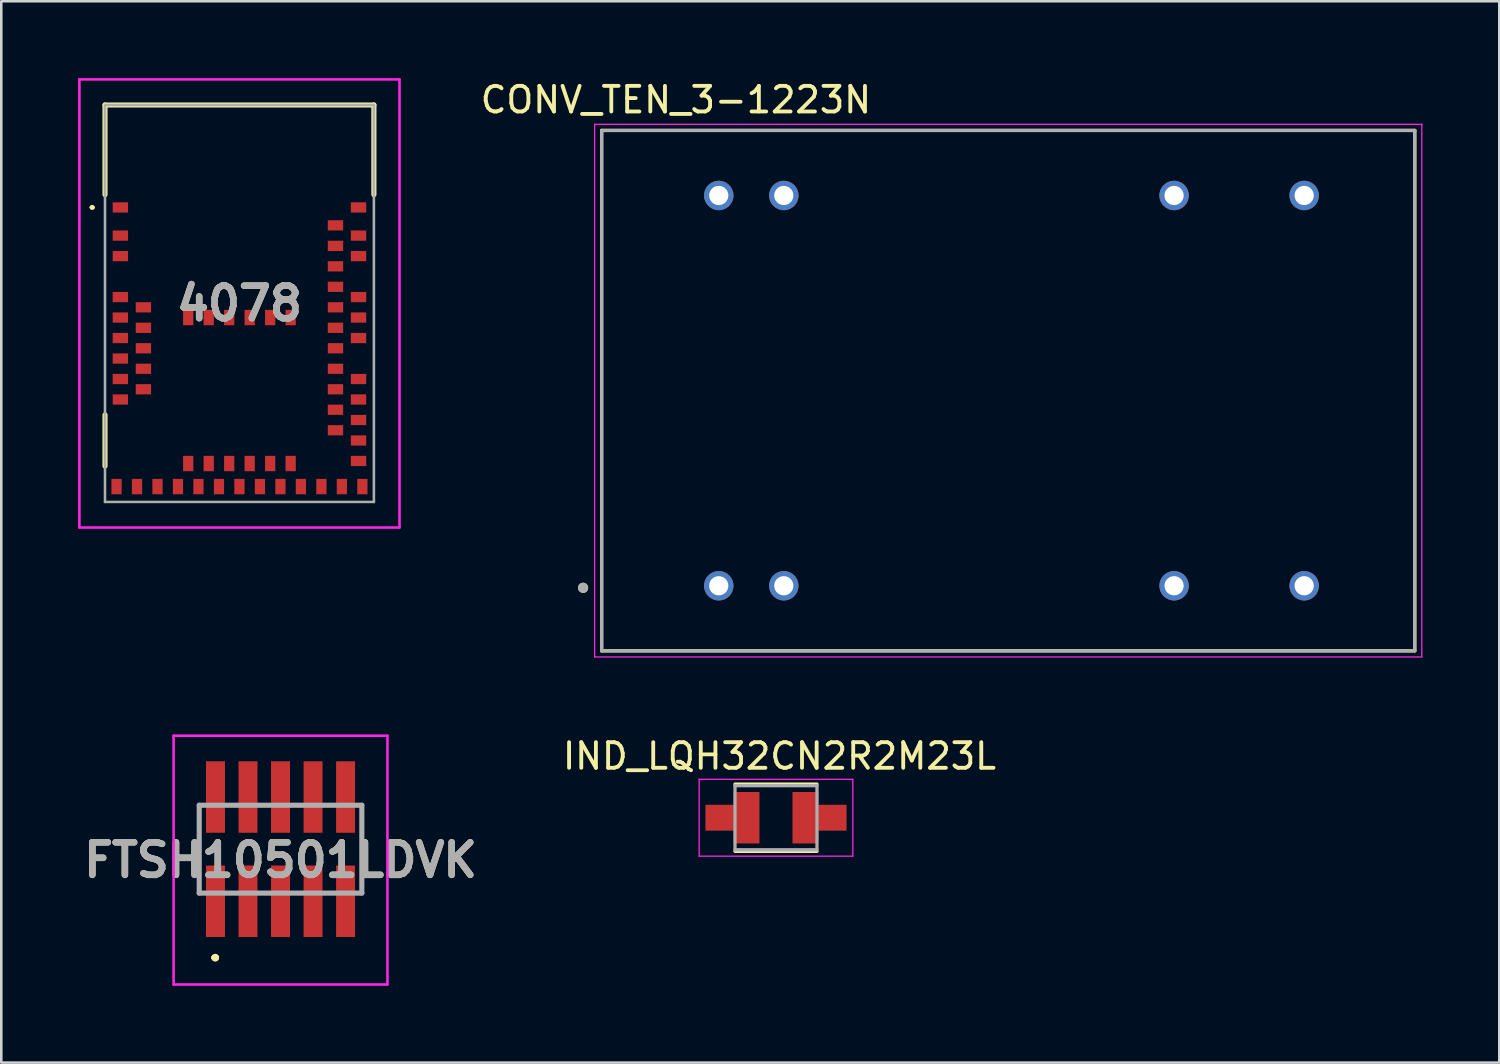
<source format=kicad_pcb>
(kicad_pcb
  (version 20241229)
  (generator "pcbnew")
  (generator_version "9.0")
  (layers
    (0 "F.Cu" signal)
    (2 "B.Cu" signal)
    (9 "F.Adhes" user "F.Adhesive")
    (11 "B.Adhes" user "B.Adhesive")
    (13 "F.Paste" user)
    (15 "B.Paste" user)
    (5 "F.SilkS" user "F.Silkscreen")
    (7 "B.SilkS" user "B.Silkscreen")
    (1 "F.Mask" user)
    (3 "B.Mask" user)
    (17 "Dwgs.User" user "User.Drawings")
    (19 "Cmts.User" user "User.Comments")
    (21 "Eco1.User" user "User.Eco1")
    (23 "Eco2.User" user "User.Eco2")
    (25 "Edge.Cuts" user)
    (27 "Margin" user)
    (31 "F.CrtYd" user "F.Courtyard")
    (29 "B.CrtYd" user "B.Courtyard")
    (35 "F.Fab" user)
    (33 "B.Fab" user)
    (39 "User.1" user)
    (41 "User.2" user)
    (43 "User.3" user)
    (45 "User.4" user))
  (footprint "4078"
    (layer "F.Cu")
    (at 6.3 8.8)
    (property "Reference" "4078" (at 0 0 0) (layer "F.SilkS") (effects (font (size 1.27 1.27) (thickness 0.254))))
    (attr smd)
    (fp_line (start -5.8 -3.75) (end -5.8 -3.75) (stroke (width 0.1) (type solid)) (layer "F.SilkS"))
    (fp_line (start -5.7 -3.75) (end -5.7 -3.75) (stroke (width 0.1) (type solid)) (layer "F.SilkS"))
    (fp_line (start -5.25 -7.75) (end 5.25 -7.75) (stroke (width 0.2) (type solid)) (layer "F.SilkS"))
    (fp_line (start -5.25 -4.25) (end -5.25 -7.75) (stroke (width 0.2) (type solid)) (layer "F.SilkS"))
    (fp_line (start -5.25 4.35) (end -5.25 6.35) (stroke (width 0.2) (type solid)) (layer "F.SilkS"))
    (fp_line (start 5.25 -7.75) (end 5.25 -4.25) (stroke (width 0.2) (type solid)) (layer "F.SilkS"))
    (fp_arc (start -5.8 -3.75) (mid -5.75 -3.8) (end -5.7 -3.75) (stroke (width 0.1) (type solid)) (layer "F.SilkS"))
    (fp_arc (start -5.7 -3.75) (mid -5.75 -3.7) (end -5.8 -3.75) (stroke (width 0.1) (type solid)) (layer "F.SilkS"))
    (fp_line (start -6.25 -8.75) (end 6.25 -8.75) (stroke (width 0.1) (type solid)) (layer "F.CrtYd"))
    (fp_line (start -6.25 8.75) (end -6.25 -8.75) (stroke (width 0.1) (type solid)) (layer "F.CrtYd"))
    (fp_line (start 6.25 -8.75) (end 6.25 8.75) (stroke (width 0.1) (type solid)) (layer "F.CrtYd"))
    (fp_line (start 6.25 8.75) (end -6.25 8.75) (stroke (width 0.1) (type solid)) (layer "F.CrtYd"))
    (fp_line (start -5.25 -7.75) (end -5.25 7.75) (stroke (width 0.1) (type solid)) (layer "F.Fab"))
    (fp_line (start -5.25 7.75) (end 5.25 7.75) (stroke (width 0.1) (type solid)) (layer "F.Fab"))
    (fp_line (start 5.25 -7.75) (end -5.25 -7.75) (stroke (width 0.1) (type solid)) (layer "F.Fab"))
    (fp_line (start 5.25 7.75) (end 5.25 -7.75) (stroke (width 0.1) (type solid)) (layer "F.Fab"))
    (fp_text user "${REFERENCE}" (at 0 0 0) (layer "F.Fab") (effects (font (size 1.27 1.27) (thickness 0.254))))
    (pad "1" smd rect (at -4.65 -3.75 90) (size 0.4 0.6) (layers "F.Cu" "F.Mask" "F.Paste"))
    (pad "2" smd rect (at -4.65 -2.65 90) (size 0.4 0.6) (layers "F.Cu" "F.Mask" "F.Paste"))
    (pad "3" smd rect (at -4.65 -1.85 90) (size 0.4 0.6) (layers "F.Cu" "F.Mask" "F.Paste"))
    (pad "4" smd rect (at -4.65 -0.25 90) (size 0.4 0.6) (layers "F.Cu" "F.Mask" "F.Paste"))
    (pad "5" smd rect (at -3.75 0.15 90) (size 0.4 0.6) (layers "F.Cu" "F.Mask" "F.Paste"))
    (pad "6" smd rect (at -4.65 0.55 90) (size 0.4 0.6) (layers "F.Cu" "F.Mask" "F.Paste"))
    (pad "7" smd rect (at -3.75 0.95 90) (size 0.4 0.6) (layers "F.Cu" "F.Mask" "F.Paste"))
    (pad "8" smd rect (at -4.65 1.35 90) (size 0.4 0.6) (layers "F.Cu" "F.Mask" "F.Paste"))
    (pad "9" smd rect (at -3.75 1.75 90) (size 0.4 0.6) (layers "F.Cu" "F.Mask" "F.Paste"))
    (pad "10" smd rect (at -4.65 2.15 90) (size 0.4 0.6) (layers "F.Cu" "F.Mask" "F.Paste"))
    (pad "11" smd rect (at -3.75 2.55 90) (size 0.4 0.6) (layers "F.Cu" "F.Mask" "F.Paste"))
    (pad "12" smd rect (at -4.65 2.95 90) (size 0.4 0.6) (layers "F.Cu" "F.Mask" "F.Paste"))
    (pad "13" smd rect (at -3.75 3.35 90) (size 0.4 0.6) (layers "F.Cu" "F.Mask" "F.Paste"))
    (pad "14" smd rect (at -4.65 3.75 90) (size 0.4 0.6) (layers "F.Cu" "F.Mask" "F.Paste"))
    (pad "15" smd rect (at -4.8 7.15) (size 0.4 0.6) (layers "F.Cu" "F.Mask" "F.Paste"))
    (pad "16" smd rect (at -4 7.15) (size 0.4 0.6) (layers "F.Cu" "F.Mask" "F.Paste"))
    (pad "17" smd rect (at -3.2 7.15) (size 0.4 0.6) (layers "F.Cu" "F.Mask" "F.Paste"))
    (pad "18" smd rect (at -2.4 7.15) (size 0.4 0.6) (layers "F.Cu" "F.Mask" "F.Paste"))
    (pad "19" smd rect (at -2 6.25) (size 0.4 0.6) (layers "F.Cu" "F.Mask" "F.Paste"))
    (pad "20" smd rect (at -1.6 7.15) (size 0.4 0.6) (layers "F.Cu" "F.Mask" "F.Paste"))
    (pad "21" smd rect (at -1.2 6.25) (size 0.4 0.6) (layers "F.Cu" "F.Mask" "F.Paste"))
    (pad "22" smd rect (at -0.8 7.15) (size 0.4 0.6) (layers "F.Cu" "F.Mask" "F.Paste"))
    (pad "23" smd rect (at -0.4 6.25) (size 0.4 0.6) (layers "F.Cu" "F.Mask" "F.Paste"))
    (pad "24" smd rect (at 0 7.15) (size 0.4 0.6) (layers "F.Cu" "F.Mask" "F.Paste"))
    (pad "25" smd rect (at 0.4 6.25) (size 0.4 0.6) (layers "F.Cu" "F.Mask" "F.Paste"))
    (pad "26" smd rect (at 0.8 7.15) (size 0.4 0.6) (layers "F.Cu" "F.Mask" "F.Paste"))
    (pad "27" smd rect (at 1.2 6.25) (size 0.4 0.6) (layers "F.Cu" "F.Mask" "F.Paste"))
    (pad "28" smd rect (at 1.6 7.15) (size 0.4 0.6) (layers "F.Cu" "F.Mask" "F.Paste"))
    (pad "29" smd rect (at 2 6.25) (size 0.4 0.6) (layers "F.Cu" "F.Mask" "F.Paste"))
    (pad "30" smd rect (at 2.4 7.15) (size 0.4 0.6) (layers "F.Cu" "F.Mask" "F.Paste"))
    (pad "31" smd rect (at 3.2 7.15) (size 0.4 0.6) (layers "F.Cu" "F.Mask" "F.Paste"))
    (pad "32" smd rect (at 4 7.15) (size 0.4 0.6) (layers "F.Cu" "F.Mask" "F.Paste"))
    (pad "33" smd rect (at 4.8 7.15) (size 0.4 0.6) (layers "F.Cu" "F.Mask" "F.Paste"))
    (pad "34" smd rect (at 4.65 6.15 90) (size 0.4 0.6) (layers "F.Cu" "F.Mask" "F.Paste"))
    (pad "35" smd rect (at 4.65 5.35 90) (size 0.4 0.6) (layers "F.Cu" "F.Mask" "F.Paste"))
    (pad "36" smd rect (at 3.75 4.95 90) (size 0.4 0.6) (layers "F.Cu" "F.Mask" "F.Paste"))
    (pad "37" smd rect (at 4.65 4.55 90) (size 0.4 0.6) (layers "F.Cu" "F.Mask" "F.Paste"))
    (pad "38" smd rect (at 3.75 4.15 90) (size 0.4 0.6) (layers "F.Cu" "F.Mask" "F.Paste"))
    (pad "39" smd rect (at 4.65 3.75 90) (size 0.4 0.6) (layers "F.Cu" "F.Mask" "F.Paste"))
    (pad "40" smd rect (at 3.75 3.35 90) (size 0.4 0.6) (layers "F.Cu" "F.Mask" "F.Paste"))
    (pad "41" smd rect (at 4.65 2.95 90) (size 0.4 0.6) (layers "F.Cu" "F.Mask" "F.Paste"))
    (pad "42" smd rect (at 3.75 2.55 90) (size 0.4 0.6) (layers "F.Cu" "F.Mask" "F.Paste"))
    (pad "43" smd rect (at 3.75 1.75 90) (size 0.4 0.6) (layers "F.Cu" "F.Mask" "F.Paste"))
    (pad "44" smd rect (at 4.65 1.35 90) (size 0.4 0.6) (layers "F.Cu" "F.Mask" "F.Paste"))
    (pad "45" smd rect (at 3.75 0.95 90) (size 0.4 0.6) (layers "F.Cu" "F.Mask" "F.Paste"))
    (pad "46" smd rect (at 4.65 0.55 90) (size 0.4 0.6) (layers "F.Cu" "F.Mask" "F.Paste"))
    (pad "47" smd rect (at 3.75 0.15 90) (size 0.4 0.6) (layers "F.Cu" "F.Mask" "F.Paste"))
    (pad "48" smd rect (at 4.65 -0.25 90) (size 0.4 0.6) (layers "F.Cu" "F.Mask" "F.Paste"))
    (pad "49" smd rect (at 3.75 -0.65 90) (size 0.4 0.6) (layers "F.Cu" "F.Mask" "F.Paste"))
    (pad "50" smd rect (at 3.75 -1.45 90) (size 0.4 0.6) (layers "F.Cu" "F.Mask" "F.Paste"))
    (pad "51" smd rect (at 4.65 -1.85 90) (size 0.4 0.6) (layers "F.Cu" "F.Mask" "F.Paste"))
    (pad "52" smd rect (at 3.75 -2.25 90) (size 0.4 0.6) (layers "F.Cu" "F.Mask" "F.Paste"))
    (pad "53" smd rect (at 4.65 -2.65 90) (size 0.4 0.6) (layers "F.Cu" "F.Mask" "F.Paste"))
    (pad "54" smd rect (at 3.75 -3.05 90) (size 0.4 0.6) (layers "F.Cu" "F.Mask" "F.Paste"))
    (pad "55" smd rect (at 4.65 -3.75 90) (size 0.4 0.6) (layers "F.Cu" "F.Mask" "F.Paste"))
    (pad "56" smd rect (at -2 0.55) (size 0.4 0.6) (layers "F.Cu" "F.Mask" "F.Paste"))
    (pad "57" smd rect (at -1.2 0.55) (size 0.4 0.6) (layers "F.Cu" "F.Mask" "F.Paste"))
    (pad "58" smd rect (at -0.4 0.55) (size 0.4 0.6) (layers "F.Cu" "F.Mask" "F.Paste"))
    (pad "59" smd rect (at 0.4 0.55) (size 0.4 0.6) (layers "F.Cu" "F.Mask" "F.Paste"))
    (pad "60" smd rect (at 1.2 0.55) (size 0.4 0.6) (layers "F.Cu" "F.Mask" "F.Paste"))
    (pad "61" smd rect (at 2 0.55) (size 0.4 0.6) (layers "F.Cu" "F.Mask" "F.Paste")))
  (footprint "FTSH10501LDVK"
    (layer "F.Cu")
    (at 7.904 32.143)
    (property "Reference" "FTSH10501LDVK" (at 0 -1.607 0) (layer "F.SilkS") (effects (font (size 1.27 1.27) (thickness 0.254))))
    (attr smd)
    (fp_line (start -2.6 2.2) (end -2.6 2.2) (stroke (width 0.2) (type solid)) (layer "F.SilkS"))
    (fp_line (start -2.6 2.2) (end -2.6 2.2) (stroke (width 0.2) (type solid)) (layer "F.SilkS"))
    (fp_line (start -2.5 2.2) (end -2.5 2.2) (stroke (width 0.2) (type solid)) (layer "F.SilkS"))
    (fp_arc (start -2.6 2.2) (mid -2.55 2.15) (end -2.5 2.2) (stroke (width 0.2) (type solid)) (layer "F.SilkS"))
    (fp_arc (start -2.5 2.2) (mid -2.55 2.25) (end -2.6 2.2) (stroke (width 0.2) (type solid)) (layer "F.SilkS"))
    (fp_arc (start -2.5 2.2) (mid -2.55 2.25) (end -2.6 2.2) (stroke (width 0.2) (type solid)) (layer "F.SilkS"))
    (fp_line (start -4.175 -6.465) (end 4.175 -6.465) (stroke (width 0.1) (type solid)) (layer "F.CrtYd"))
    (fp_line (start -4.175 3.25) (end -4.175 -6.465) (stroke (width 0.1) (type solid)) (layer "F.CrtYd"))
    (fp_line (start 4.175 -6.465) (end 4.175 3.25) (stroke (width 0.1) (type solid)) (layer "F.CrtYd"))
    (fp_line (start 4.175 3.25) (end -4.175 3.25) (stroke (width 0.1) (type solid)) (layer "F.CrtYd"))
    (fp_line (start -3.175 -3.75) (end -3.175 -0.32) (stroke (width 0.2) (type solid)) (layer "F.Fab"))
    (fp_line (start -3.175 -0.32) (end 3.175 -0.32) (stroke (width 0.2) (type solid)) (layer "F.Fab"))
    (fp_line (start 3.175 -3.75) (end -3.175 -3.75) (stroke (width 0.2) (type solid)) (layer "F.Fab"))
    (fp_line (start 3.175 -0.32) (end 3.175 -3.75) (stroke (width 0.2) (type solid)) (layer "F.Fab"))
    (fp_text user "${REFERENCE}" (at 0 -1.607 0) (layer "F.Fab") (effects (font (size 1.27 1.27) (thickness 0.254))))
    (pad "1" smd rect (at -2.54 0) (size 0.74 2.79) (layers "F.Cu" "F.Mask" "F.Paste"))
    (pad "2" smd rect (at -2.54 -4.07) (size 0.74 2.79) (layers "F.Cu" "F.Mask" "F.Paste"))
    (pad "3" smd rect (at -1.27 0) (size 0.74 2.79) (layers "F.Cu" "F.Mask" "F.Paste"))
    (pad "4" smd rect (at -1.27 -4.07) (size 0.74 2.79) (layers "F.Cu" "F.Mask" "F.Paste"))
    (pad "5" smd rect (at 0 0) (size 0.74 2.79) (layers "F.Cu" "F.Mask" "F.Paste"))
    (pad "6" smd rect (at 0 -4.07) (size 0.74 2.79) (layers "F.Cu" "F.Mask" "F.Paste"))
    (pad "7" smd rect (at 1.27 0) (size 0.74 2.79) (layers "F.Cu" "F.Mask" "F.Paste"))
    (pad "8" smd rect (at 1.27 -4.07) (size 0.74 2.79) (layers "F.Cu" "F.Mask" "F.Paste"))
    (pad "9" smd rect (at 2.54 0) (size 0.74 2.79) (layers "F.Cu" "F.Mask" "F.Paste"))
    (pad "10" smd rect (at 2.54 -4.07) (size 0.74 2.79) (layers "F.Cu" "F.Mask" "F.Paste")))
  (footprint "IND_LQH32CN2R2M23L"
    (layer "F.Cu")
    (at 27.251 28.881)
    (property "Reference" "IND_LQH32CN2R2M23L" (at 0.135 -2.405 0) (layer "F.SilkS") (effects (font (size 1 1) (thickness 0.15))))
    (attr smd)
    (fp_poly (pts (xy -2.85 -0.6) (xy -1.75 -0.6) (xy -1.75 -1.1) (xy -0.55 -1.1) (xy -0.55 1.1) (xy -1.75 1.1) (xy -1.75 0.6) (xy -2.85 0.6)) (stroke (width 0.01) (type solid)) (fill yes) (layer "F.Mask"))
    (fp_poly (pts (xy 0.55 -1.1) (xy 1.75 -1.1) (xy 1.75 -0.6) (xy 2.85 -0.6) (xy 2.85 0.6) (xy 1.75 0.6) (xy 1.75 1.1) (xy 0.55 1.1)) (stroke (width 0.01) (type solid)) (fill yes) (layer "F.Mask"))
    (fp_line (start -1.6 -1.313) (end 1.6 -1.313) (stroke (width 0.127) (type solid)) (layer "F.SilkS"))
    (fp_line (start 1.6 1.313) (end -1.6 1.313) (stroke (width 0.127) (type solid)) (layer "F.SilkS"))
    (fp_poly (pts (xy -1.65 -1) (xy -0.65 -1) (xy -0.65 1) (xy -1.65 1) (xy -1.65 0.5) (xy -2.75 0.5) (xy -2.75 -0.5) (xy -1.65 -0.5)) (stroke (width 0.01) (type solid)) (fill yes) (layer "F.Paste"))
    (fp_poly (pts (xy 1.65 1) (xy 0.65 1) (xy 0.65 -1) (xy 1.65 -1) (xy 1.65 -0.5) (xy 2.75 -0.5) (xy 2.75 0.5) (xy 1.65 0.5)) (stroke (width 0.01) (type solid)) (fill yes) (layer "F.Paste"))
    (fp_line (start -3 -1.5) (end 3 -1.5) (stroke (width 0.05) (type solid)) (layer "F.CrtYd"))
    (fp_line (start -3 1.5) (end -3 -1.5) (stroke (width 0.05) (type solid)) (layer "F.CrtYd"))
    (fp_line (start 3 -1.5) (end 3 1.5) (stroke (width 0.05) (type solid)) (layer "F.CrtYd"))
    (fp_line (start 3 1.5) (end -3 1.5) (stroke (width 0.05) (type solid)) (layer "F.CrtYd"))
    (fp_line (start -1.6 -1.25) (end 1.6 -1.25) (stroke (width 0.127) (type solid)) (layer "F.Fab"))
    (fp_line (start -1.6 1.25) (end -1.6 -1.25) (stroke (width 0.127) (type solid)) (layer "F.Fab"))
    (fp_line (start 1.6 -1.25) (end 1.6 1.25) (stroke (width 0.127) (type solid)) (layer "F.Fab"))
    (fp_line (start 1.6 1.25) (end -1.6 1.25) (stroke (width 0.127) (type solid)) (layer "F.Fab"))
    (pad "1" smd custom (at -1.15 0) (size 1 2) (layers "F.Cu") (options (anchor rect)) (primitives (gr_poly (pts (xy -0.5 -1) (xy 0.5 -1) (xy 0.5 1) (xy -0.5 1) (xy -0.5 0.5) (xy -1.6 0.5) (xy -1.6 -0.5) (xy -0.5 -0.5)) (width 0.01) (fill yes))))
    (pad "2" smd custom (at 1.15 0) (size 1 2) (layers "F.Cu") (options (anchor rect)) (primitives (gr_poly (pts (xy 0.5 1) (xy -0.5 1) (xy -0.5 -1) (xy 0.5 -1) (xy 0.5 -0.5) (xy 1.6 -0.5) (xy 1.6 0.5) (xy 0.5 0.5)) (width 0.01) (fill yes)))))
  (footprint "CONV_TEN_3-1223N"
    (layer "F.Cu")
    (at 36.319 12.203)
    (property "Reference" "CONV_TEN_3-1223N" (at -12.975 -11.355 0) (layer "F.SilkS") (effects (font (size 1 1) (thickness 0.15))))
    (attr through_hole)
    (fp_line (start -15.875 -10.16) (end 15.875 -10.16) (stroke (width 0.127) (type solid)) (layer "F.SilkS"))
    (fp_line (start -15.875 10.16) (end -15.875 -10.16) (stroke (width 0.127) (type solid)) (layer "F.SilkS"))
    (fp_line (start 15.875 -10.16) (end 15.875 10.16) (stroke (width 0.127) (type solid)) (layer "F.SilkS"))
    (fp_line (start 15.875 10.16) (end -15.875 10.16) (stroke (width 0.127) (type solid)) (layer "F.SilkS"))
    (fp_circle (center -16.6 7.7) (end -16.5 7.7) (stroke (width 0.2) (type solid)) (fill no) (layer "F.SilkS"))
    (fp_line (start -16.15 -10.4) (end -16.15 10.4) (stroke (width 0.05) (type solid)) (layer "F.CrtYd"))
    (fp_line (start -16.15 10.4) (end 16.15 10.4) (stroke (width 0.05) (type solid)) (layer "F.CrtYd"))
    (fp_line (start 16.15 -10.4) (end -16.15 -10.4) (stroke (width 0.05) (type solid)) (layer "F.CrtYd"))
    (fp_line (start 16.15 10.4) (end 16.15 -10.4) (stroke (width 0.05) (type solid)) (layer "F.CrtYd"))
    (fp_line (start -15.875 -10.16) (end 15.875 -10.16) (stroke (width 0.127) (type solid)) (layer "F.Fab"))
    (fp_line (start -15.875 10.16) (end -15.875 -10.16) (stroke (width 0.127) (type solid)) (layer "F.Fab"))
    (fp_line (start 15.875 -10.16) (end 15.875 10.16) (stroke (width 0.127) (type solid)) (layer "F.Fab"))
    (fp_line (start 15.875 10.16) (end -15.875 10.16) (stroke (width 0.127) (type solid)) (layer "F.Fab"))
    (fp_circle (center -16.6 7.7) (end -16.5 7.7) (stroke (width 0.2) (type solid)) (fill no) (layer "F.Fab"))
    (pad "2" thru_hole circle (at -11.303 7.62) (size 1.15 1.15) (drill 0.75) (layers "*.Cu" "*.Mask"))
    (pad "3" thru_hole circle (at -8.763 7.62) (size 1.15 1.15) (drill 0.75) (layers "*.Cu" "*.Mask"))
    (pad "9" thru_hole circle (at 6.477 7.62) (size 1.15 1.15) (drill 0.75) (layers "*.Cu" "*.Mask"))
    (pad "11" thru_hole circle (at 11.557 7.62) (size 1.15 1.15) (drill 0.75) (layers "*.Cu" "*.Mask"))
    (pad "14" thru_hole circle (at 11.557 -7.62) (size 1.15 1.15) (drill 0.75) (layers "*.Cu" "*.Mask"))
    (pad "16" thru_hole circle (at 6.477 -7.62) (size 1.15 1.15) (drill 0.75) (layers "*.Cu" "*.Mask"))
    (pad "22" thru_hole circle (at -8.763 -7.62) (size 1.15 1.15) (drill 0.75) (layers "*.Cu" "*.Mask"))
    (pad "23" thru_hole circle (at -11.303 -7.62) (size 1.15 1.15) (drill 0.75) (layers "*.Cu" "*.Mask")))
  (gr_rect
    (start -3 -3)
    (end 55.494 38.443)
    (stroke (width 0.1) (type default))
    (fill no)
    (layer "Edge.Cuts")))
</source>
